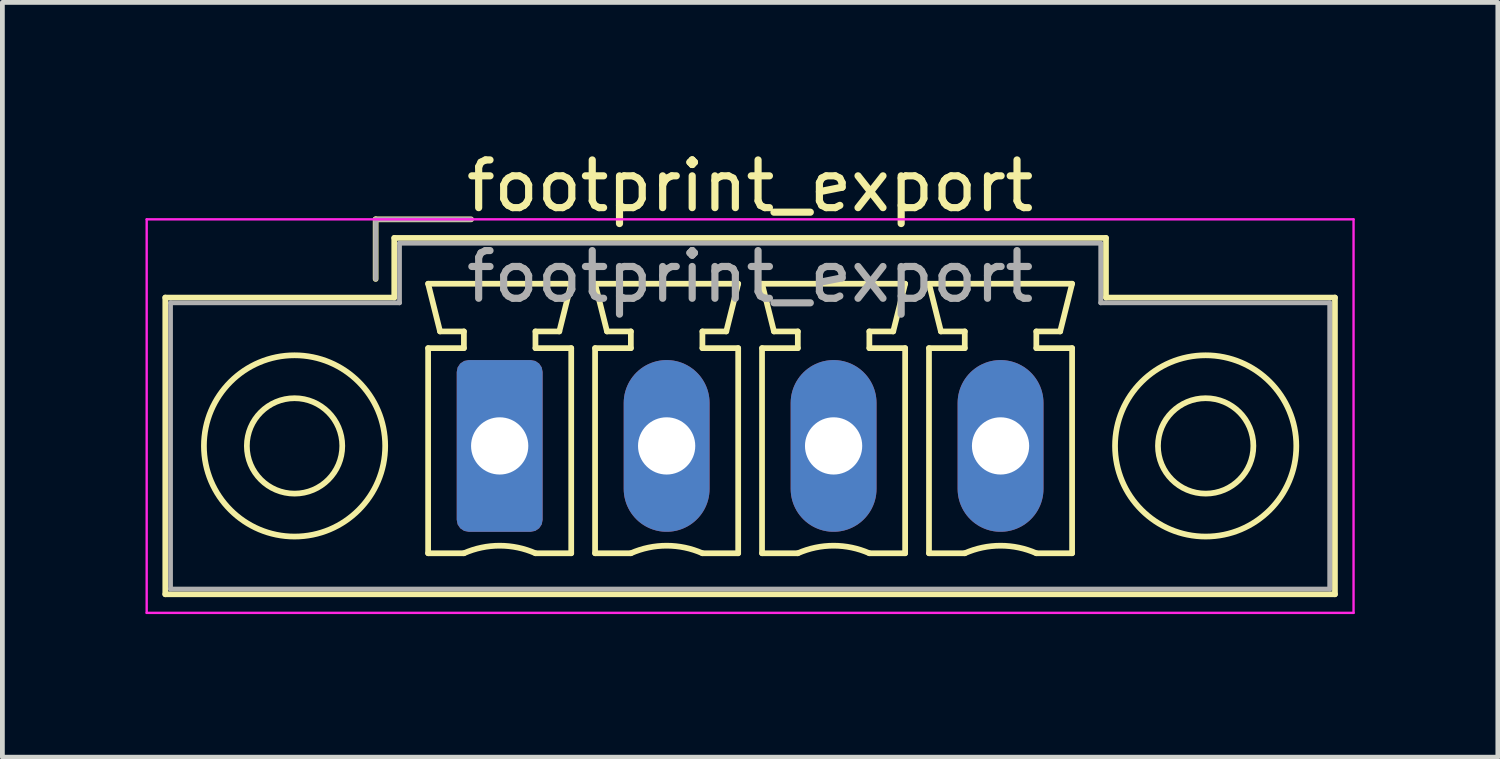
<source format=kicad_pcb>
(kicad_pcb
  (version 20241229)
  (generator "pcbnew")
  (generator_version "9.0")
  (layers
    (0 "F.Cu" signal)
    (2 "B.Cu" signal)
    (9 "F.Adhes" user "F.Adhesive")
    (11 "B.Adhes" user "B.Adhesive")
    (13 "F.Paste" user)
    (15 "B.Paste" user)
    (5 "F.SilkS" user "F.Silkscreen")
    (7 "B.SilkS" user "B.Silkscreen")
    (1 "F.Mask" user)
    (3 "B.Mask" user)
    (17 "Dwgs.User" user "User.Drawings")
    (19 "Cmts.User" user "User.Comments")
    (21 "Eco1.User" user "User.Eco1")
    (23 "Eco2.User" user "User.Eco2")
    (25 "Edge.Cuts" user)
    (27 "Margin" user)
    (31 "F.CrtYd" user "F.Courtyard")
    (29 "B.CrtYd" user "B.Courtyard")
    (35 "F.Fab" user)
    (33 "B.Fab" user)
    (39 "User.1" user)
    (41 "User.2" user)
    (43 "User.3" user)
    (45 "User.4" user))
  (footprint "footprint_export"
    (layer "F.Cu")
    (at 7.425 6.298)
    (property "Reference" "footprint_export" (at 5.25 -5.45 0) (layer "F.SilkS") (effects (font (size 1 1) (thickness 0.15))))
    (attr through_hole)
    (fp_line (start -7.01 -3.11) (end -7.01 3.11) (stroke (width 0.12) (type solid)) (layer "F.SilkS"))
    (fp_line (start -7.01 3.11) (end 17.51 3.11) (stroke (width 0.12) (type solid)) (layer "F.SilkS"))
    (fp_line (start -2.6 -4.75) (end -0.6 -4.75) (stroke (width 0.12) (type solid)) (layer "F.SilkS"))
    (fp_line (start -2.6 -3.5) (end -2.6 -4.75) (stroke (width 0.12) (type solid)) (layer "F.SilkS"))
    (fp_line (start -2.21 -4.36) (end -2.21 -3.11) (stroke (width 0.12) (type solid)) (layer "F.SilkS"))
    (fp_line (start -2.21 -3.11) (end -7.01 -3.11) (stroke (width 0.12) (type solid)) (layer "F.SilkS"))
    (fp_line (start -1.5 -3.4) (end 1.5 -3.4) (stroke (width 0.12) (type solid)) (layer "F.SilkS"))
    (fp_line (start -1.5 -2.05) (end -0.75 -2.05) (stroke (width 0.12) (type solid)) (layer "F.SilkS"))
    (fp_line (start -1.5 2.25) (end -1.5 -2.05) (stroke (width 0.12) (type solid)) (layer "F.SilkS"))
    (fp_line (start -1.25 -2.4) (end -1.5 -3.4) (stroke (width 0.12) (type solid)) (layer "F.SilkS"))
    (fp_line (start -0.75 -2.4) (end -1.25 -2.4) (stroke (width 0.12) (type solid)) (layer "F.SilkS"))
    (fp_line (start -0.75 -2.05) (end -0.75 -2.4) (stroke (width 0.12) (type solid)) (layer "F.SilkS"))
    (fp_line (start -0.75 2.25) (end -1.5 2.25) (stroke (width 0.12) (type solid)) (layer "F.SilkS"))
    (fp_line (start 0.75 -2.4) (end 0.75 -2.05) (stroke (width 0.12) (type solid)) (layer "F.SilkS"))
    (fp_line (start 0.75 -2.05) (end 1.5 -2.05) (stroke (width 0.12) (type solid)) (layer "F.SilkS"))
    (fp_line (start 1.25 -2.4) (end 0.75 -2.4) (stroke (width 0.12) (type solid)) (layer "F.SilkS"))
    (fp_line (start 1.5 -3.4) (end 1.25 -2.4) (stroke (width 0.12) (type solid)) (layer "F.SilkS"))
    (fp_line (start 1.5 -2.05) (end 1.5 2.25) (stroke (width 0.12) (type solid)) (layer "F.SilkS"))
    (fp_line (start 1.5 2.25) (end 0.75 2.25) (stroke (width 0.12) (type solid)) (layer "F.SilkS"))
    (fp_line (start 2 -3.4) (end 5 -3.4) (stroke (width 0.12) (type solid)) (layer "F.SilkS"))
    (fp_line (start 2 -2.05) (end 2.75 -2.05) (stroke (width 0.12) (type solid)) (layer "F.SilkS"))
    (fp_line (start 2 2.25) (end 2 -2.05) (stroke (width 0.12) (type solid)) (layer "F.SilkS"))
    (fp_line (start 2.25 -2.4) (end 2 -3.4) (stroke (width 0.12) (type solid)) (layer "F.SilkS"))
    (fp_line (start 2.75 -2.4) (end 2.25 -2.4) (stroke (width 0.12) (type solid)) (layer "F.SilkS"))
    (fp_line (start 2.75 -2.05) (end 2.75 -2.4) (stroke (width 0.12) (type solid)) (layer "F.SilkS"))
    (fp_line (start 2.75 2.25) (end 2 2.25) (stroke (width 0.12) (type solid)) (layer "F.SilkS"))
    (fp_line (start 4.25 -2.4) (end 4.25 -2.05) (stroke (width 0.12) (type solid)) (layer "F.SilkS"))
    (fp_line (start 4.25 -2.05) (end 5 -2.05) (stroke (width 0.12) (type solid)) (layer "F.SilkS"))
    (fp_line (start 4.75 -2.4) (end 4.25 -2.4) (stroke (width 0.12) (type solid)) (layer "F.SilkS"))
    (fp_line (start 5 -3.4) (end 4.75 -2.4) (stroke (width 0.12) (type solid)) (layer "F.SilkS"))
    (fp_line (start 5 -2.05) (end 5 2.25) (stroke (width 0.12) (type solid)) (layer "F.SilkS"))
    (fp_line (start 5 2.25) (end 4.25 2.25) (stroke (width 0.12) (type solid)) (layer "F.SilkS"))
    (fp_line (start 5.5 -3.4) (end 8.5 -3.4) (stroke (width 0.12) (type solid)) (layer "F.SilkS"))
    (fp_line (start 5.5 -2.05) (end 6.25 -2.05) (stroke (width 0.12) (type solid)) (layer "F.SilkS"))
    (fp_line (start 5.5 2.25) (end 5.5 -2.05) (stroke (width 0.12) (type solid)) (layer "F.SilkS"))
    (fp_line (start 5.75 -2.4) (end 5.5 -3.4) (stroke (width 0.12) (type solid)) (layer "F.SilkS"))
    (fp_line (start 6.25 -2.4) (end 5.75 -2.4) (stroke (width 0.12) (type solid)) (layer "F.SilkS"))
    (fp_line (start 6.25 -2.05) (end 6.25 -2.4) (stroke (width 0.12) (type solid)) (layer "F.SilkS"))
    (fp_line (start 6.25 2.25) (end 5.5 2.25) (stroke (width 0.12) (type solid)) (layer "F.SilkS"))
    (fp_line (start 7.75 -2.4) (end 7.75 -2.05) (stroke (width 0.12) (type solid)) (layer "F.SilkS"))
    (fp_line (start 7.75 -2.05) (end 8.5 -2.05) (stroke (width 0.12) (type solid)) (layer "F.SilkS"))
    (fp_line (start 8.25 -2.4) (end 7.75 -2.4) (stroke (width 0.12) (type solid)) (layer "F.SilkS"))
    (fp_line (start 8.5 -3.4) (end 8.25 -2.4) (stroke (width 0.12) (type solid)) (layer "F.SilkS"))
    (fp_line (start 8.5 -2.05) (end 8.5 2.25) (stroke (width 0.12) (type solid)) (layer "F.SilkS"))
    (fp_line (start 8.5 2.25) (end 7.75 2.25) (stroke (width 0.12) (type solid)) (layer "F.SilkS"))
    (fp_line (start 9 -3.4) (end 12 -3.4) (stroke (width 0.12) (type solid)) (layer "F.SilkS"))
    (fp_line (start 9 -2.05) (end 9.75 -2.05) (stroke (width 0.12) (type solid)) (layer "F.SilkS"))
    (fp_line (start 9 2.25) (end 9 -2.05) (stroke (width 0.12) (type solid)) (layer "F.SilkS"))
    (fp_line (start 9.25 -2.4) (end 9 -3.4) (stroke (width 0.12) (type solid)) (layer "F.SilkS"))
    (fp_line (start 9.75 -2.4) (end 9.25 -2.4) (stroke (width 0.12) (type solid)) (layer "F.SilkS"))
    (fp_line (start 9.75 -2.05) (end 9.75 -2.4) (stroke (width 0.12) (type solid)) (layer "F.SilkS"))
    (fp_line (start 9.75 2.25) (end 9 2.25) (stroke (width 0.12) (type solid)) (layer "F.SilkS"))
    (fp_line (start 11.25 -2.4) (end 11.25 -2.05) (stroke (width 0.12) (type solid)) (layer "F.SilkS"))
    (fp_line (start 11.25 -2.05) (end 12 -2.05) (stroke (width 0.12) (type solid)) (layer "F.SilkS"))
    (fp_line (start 11.75 -2.4) (end 11.25 -2.4) (stroke (width 0.12) (type solid)) (layer "F.SilkS"))
    (fp_line (start 12 -3.4) (end 11.75 -2.4) (stroke (width 0.12) (type solid)) (layer "F.SilkS"))
    (fp_line (start 12 -2.05) (end 12 2.25) (stroke (width 0.12) (type solid)) (layer "F.SilkS"))
    (fp_line (start 12 2.25) (end 11.25 2.25) (stroke (width 0.12) (type solid)) (layer "F.SilkS"))
    (fp_line (start 12.71 -4.36) (end -2.21 -4.36) (stroke (width 0.12) (type solid)) (layer "F.SilkS"))
    (fp_line (start 12.71 -3.11) (end 12.71 -4.36) (stroke (width 0.12) (type solid)) (layer "F.SilkS"))
    (fp_line (start 17.51 -3.11) (end 12.71 -3.11) (stroke (width 0.12) (type solid)) (layer "F.SilkS"))
    (fp_line (start 17.51 3.11) (end 17.51 -3.11) (stroke (width 0.12) (type solid)) (layer "F.SilkS"))
    (fp_arc (start -0.75 2.25) (mid -0.000193 2.09191) (end 0.749647 2.249844) (stroke (width 0.12) (type solid)) (layer "F.SilkS"))
    (fp_arc (start 2.75 2.25) (mid 3.499807 2.09191) (end 4.249647 2.249844) (stroke (width 0.12) (type solid)) (layer "F.SilkS"))
    (fp_arc (start 6.25 2.25) (mid 6.999807 2.09191) (end 7.749647 2.249844) (stroke (width 0.12) (type solid)) (layer "F.SilkS"))
    (fp_arc (start 9.75 2.25) (mid 10.499807 2.09191) (end 11.249647 2.249844) (stroke (width 0.12) (type solid)) (layer "F.SilkS"))
    (fp_circle (center -4.3 0) (end -3.3 0) (stroke (width 0.12) (type solid)) (fill no) (layer "F.SilkS"))
    (fp_circle (center -4.3 0) (end -2.4 0) (stroke (width 0.12) (type solid)) (fill no) (layer "F.SilkS"))
    (fp_circle (center 14.8 0) (end 15.8 0) (stroke (width 0.12) (type solid)) (fill no) (layer "F.SilkS"))
    (fp_circle (center 14.8 0) (end 16.7 0) (stroke (width 0.12) (type solid)) (fill no) (layer "F.SilkS"))
    (fp_line (start -7.4 -4.75) (end -7.4 3.5) (stroke (width 0.05) (type solid)) (layer "F.CrtYd"))
    (fp_line (start -7.4 3.5) (end 17.9 3.5) (stroke (width 0.05) (type solid)) (layer "F.CrtYd"))
    (fp_line (start 17.9 -4.75) (end -7.4 -4.75) (stroke (width 0.05) (type solid)) (layer "F.CrtYd"))
    (fp_line (start 17.9 3.5) (end 17.9 -4.75) (stroke (width 0.05) (type solid)) (layer "F.CrtYd"))
    (fp_line (start -6.9 -3) (end -6.9 3) (stroke (width 0.1) (type solid)) (layer "F.Fab"))
    (fp_line (start -6.9 3) (end 17.4 3) (stroke (width 0.1) (type solid)) (layer "F.Fab"))
    (fp_line (start -2.6 -4.75) (end -0.6 -4.75) (stroke (width 0.1) (type solid)) (layer "F.Fab"))
    (fp_line (start -2.6 -3.5) (end -2.6 -4.75) (stroke (width 0.1) (type solid)) (layer "F.Fab"))
    (fp_line (start -2.1 -4.25) (end -2.1 -3) (stroke (width 0.1) (type solid)) (layer "F.Fab"))
    (fp_line (start -2.1 -3) (end -6.9 -3) (stroke (width 0.1) (type solid)) (layer "F.Fab"))
    (fp_line (start 12.6 -4.25) (end -2.1 -4.25) (stroke (width 0.1) (type solid)) (layer "F.Fab"))
    (fp_line (start 12.6 -3) (end 12.6 -4.25) (stroke (width 0.1) (type solid)) (layer "F.Fab"))
    (fp_line (start 17.4 -3) (end 12.6 -3) (stroke (width 0.1) (type solid)) (layer "F.Fab"))
    (fp_line (start 17.4 3) (end 17.4 -3) (stroke (width 0.1) (type solid)) (layer "F.Fab"))
    (fp_text user "${REFERENCE}" (at 5.25 -3.55 0) (layer "F.Fab") (effects (font (size 1 1) (thickness 0.15))))
    (pad "1" thru_hole roundrect (at 0 0) (size 1.8 3.6) (drill 1.2) (layers "*.Cu" "*.Mask") (roundrect_rratio 0.139))
    (pad "2" thru_hole oval (at 3.5 0) (size 1.8 3.6) (drill 1.2) (layers "*.Cu" "*.Mask"))
    (pad "3" thru_hole oval (at 7 0) (size 1.8 3.6) (drill 1.2) (layers "*.Cu" "*.Mask"))
    (pad "4" thru_hole oval (at 10.5 0) (size 1.8 3.6) (drill 1.2) (layers "*.Cu" "*.Mask")))
  (gr_rect
    (start -3 -3)
    (end 28.35 12.823)
    (stroke (width 0.1) (type default))
    (fill no)
    (layer "Edge.Cuts")))
</source>
